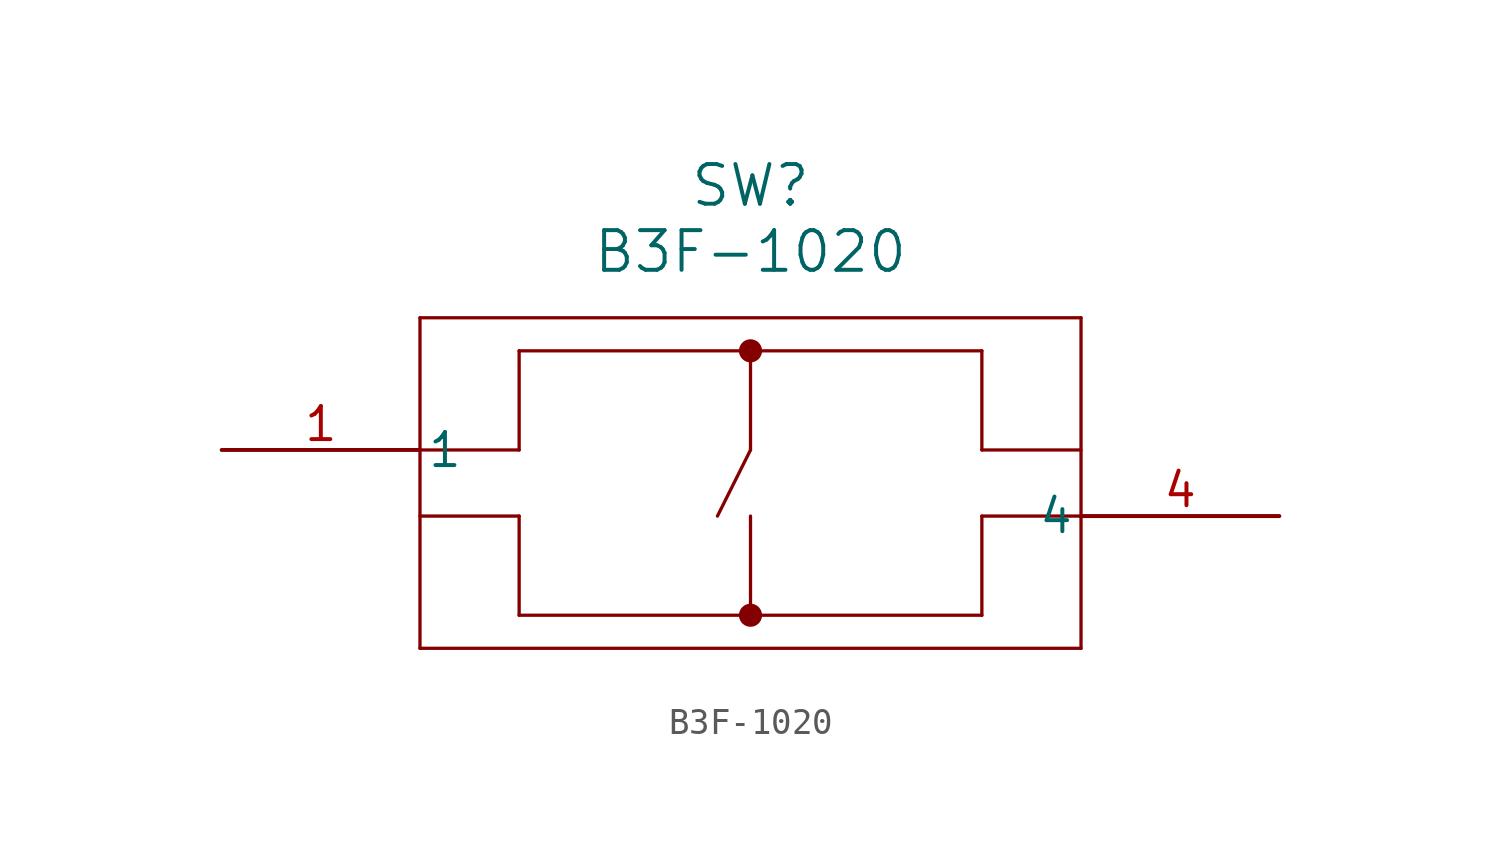
<source format=kicad_sym>
(kicad_symbol_lib
  (version 20211014)
  (generator kicad_symbol_editor)
  (symbol "B3F-1020"
    (pin_names
      (offset 0.254))
    (property "Reference" "SW"
      (at 20.32 10.16 0)
      (effects (font (size 1.524 1.524))))
    (property "Value" "B3F-1020"
      (at 20.32 7.62 0)
      (effects (font (size 1.524 1.524))))
    (symbol "B3F-1020_0_1"
      (polyline (pts (xy 7.62 5.08) (xy 7.62 -7.62)) (stroke (width 0.127) (type default) (color 0 0 0 0)) (fill (type none)))
      (polyline (pts (xy 7.62 -7.62) (xy 33.02 -7.62)) (stroke (width 0.127) (type default) (color 0 0 0 0)) (fill (type none)))
      (polyline (pts (xy 33.02 -7.62) (xy 33.02 5.08)) (stroke (width 0.127) (type default) (color 0 0 0 0)) (fill (type none)))
      (polyline (pts (xy 33.02 5.08) (xy 7.62 5.08)) (stroke (width 0.127) (type default) (color 0 0 0 0)) (fill (type none)))
      (polyline (pts (xy 7.62 0) (xy 11.43 0)) (stroke (width 0.127) (type default) (color 0 0 0 0)) (fill (type none)))
      (polyline (pts (xy 7.62 -2.54) (xy 11.43 -2.54)) (stroke (width 0.127) (type default) (color 0 0 0 0)) (fill (type none)))
      (polyline (pts (xy 33.02 0) (xy 29.21 0)) (stroke (width 0.127) (type default) (color 0 0 0 0)) (fill (type none)))
      (polyline (pts (xy 29.21 -2.54) (xy 33.02 -2.54)) (stroke (width 0.127) (type default) (color 0 0 0 0)) (fill (type none)))
      (polyline (pts (xy 29.21 0) (xy 29.21 3.81)) (stroke (width 0.127) (type default) (color 0 0 0 0)) (fill (type none)))
      (polyline (pts (xy 29.21 3.81) (xy 11.43 3.81)) (stroke (width 0.127) (type default) (color 0 0 0 0)) (fill (type none)))
      (polyline (pts (xy 11.43 0) (xy 11.43 3.81)) (stroke (width 0.127) (type default) (color 0 0 0 0)) (fill (type none)))
      (polyline (pts (xy 11.43 -2.54) (xy 11.43 -6.35)) (stroke (width 0.127) (type default) (color 0 0 0 0)) (fill (type none)))
      (polyline (pts (xy 11.43 -6.35) (xy 29.21 -6.35)) (stroke (width 0.127) (type default) (color 0 0 0 0)) (fill (type none)))
      (polyline (pts (xy 29.21 -6.35) (xy 29.21 -2.54)) (stroke (width 0.127) (type default) (color 0 0 0 0)) (fill (type none)))
      (circle (center 20.32 3.81) (radius 0.254) (stroke (width 0.381) (type default) (color 0 0 0 0)) (fill (type none)))
      (circle (center 20.32 -6.35) (radius 0.254) (stroke (width 0.381) (type default) (color 0 0 0 0)) (fill (type none)))
      (polyline (pts (xy 20.32 3.81) (xy 20.32 0)) (stroke (width 0.127) (type default) (color 0 0 0 0)) (fill (type none)))
      (polyline (pts (xy 20.32 -2.54) (xy 20.32 -6.35)) (stroke (width 0.127) (type default) (color 0 0 0 0)) (fill (type none)))
      (polyline (pts (xy 20.32 0) (xy 19.05 -2.54)) (stroke (width 0.127) (type default) (color 0 0 0 0)) (fill (type none)))
      (pin unspecified line (at 0 0 0) (length 7.62) (name "1" (effects (font (size 1.27 1.27)))) (number "1" (effects (font (size 1.27 1.27)))))
      (pin unspecified line (at 40.64 -2.54 180) (length 7.62) (name "4" (effects (font (size 1.27 1.27)))) (number "4" (effects (font (size 1.27 1.27))))))))
</source>
